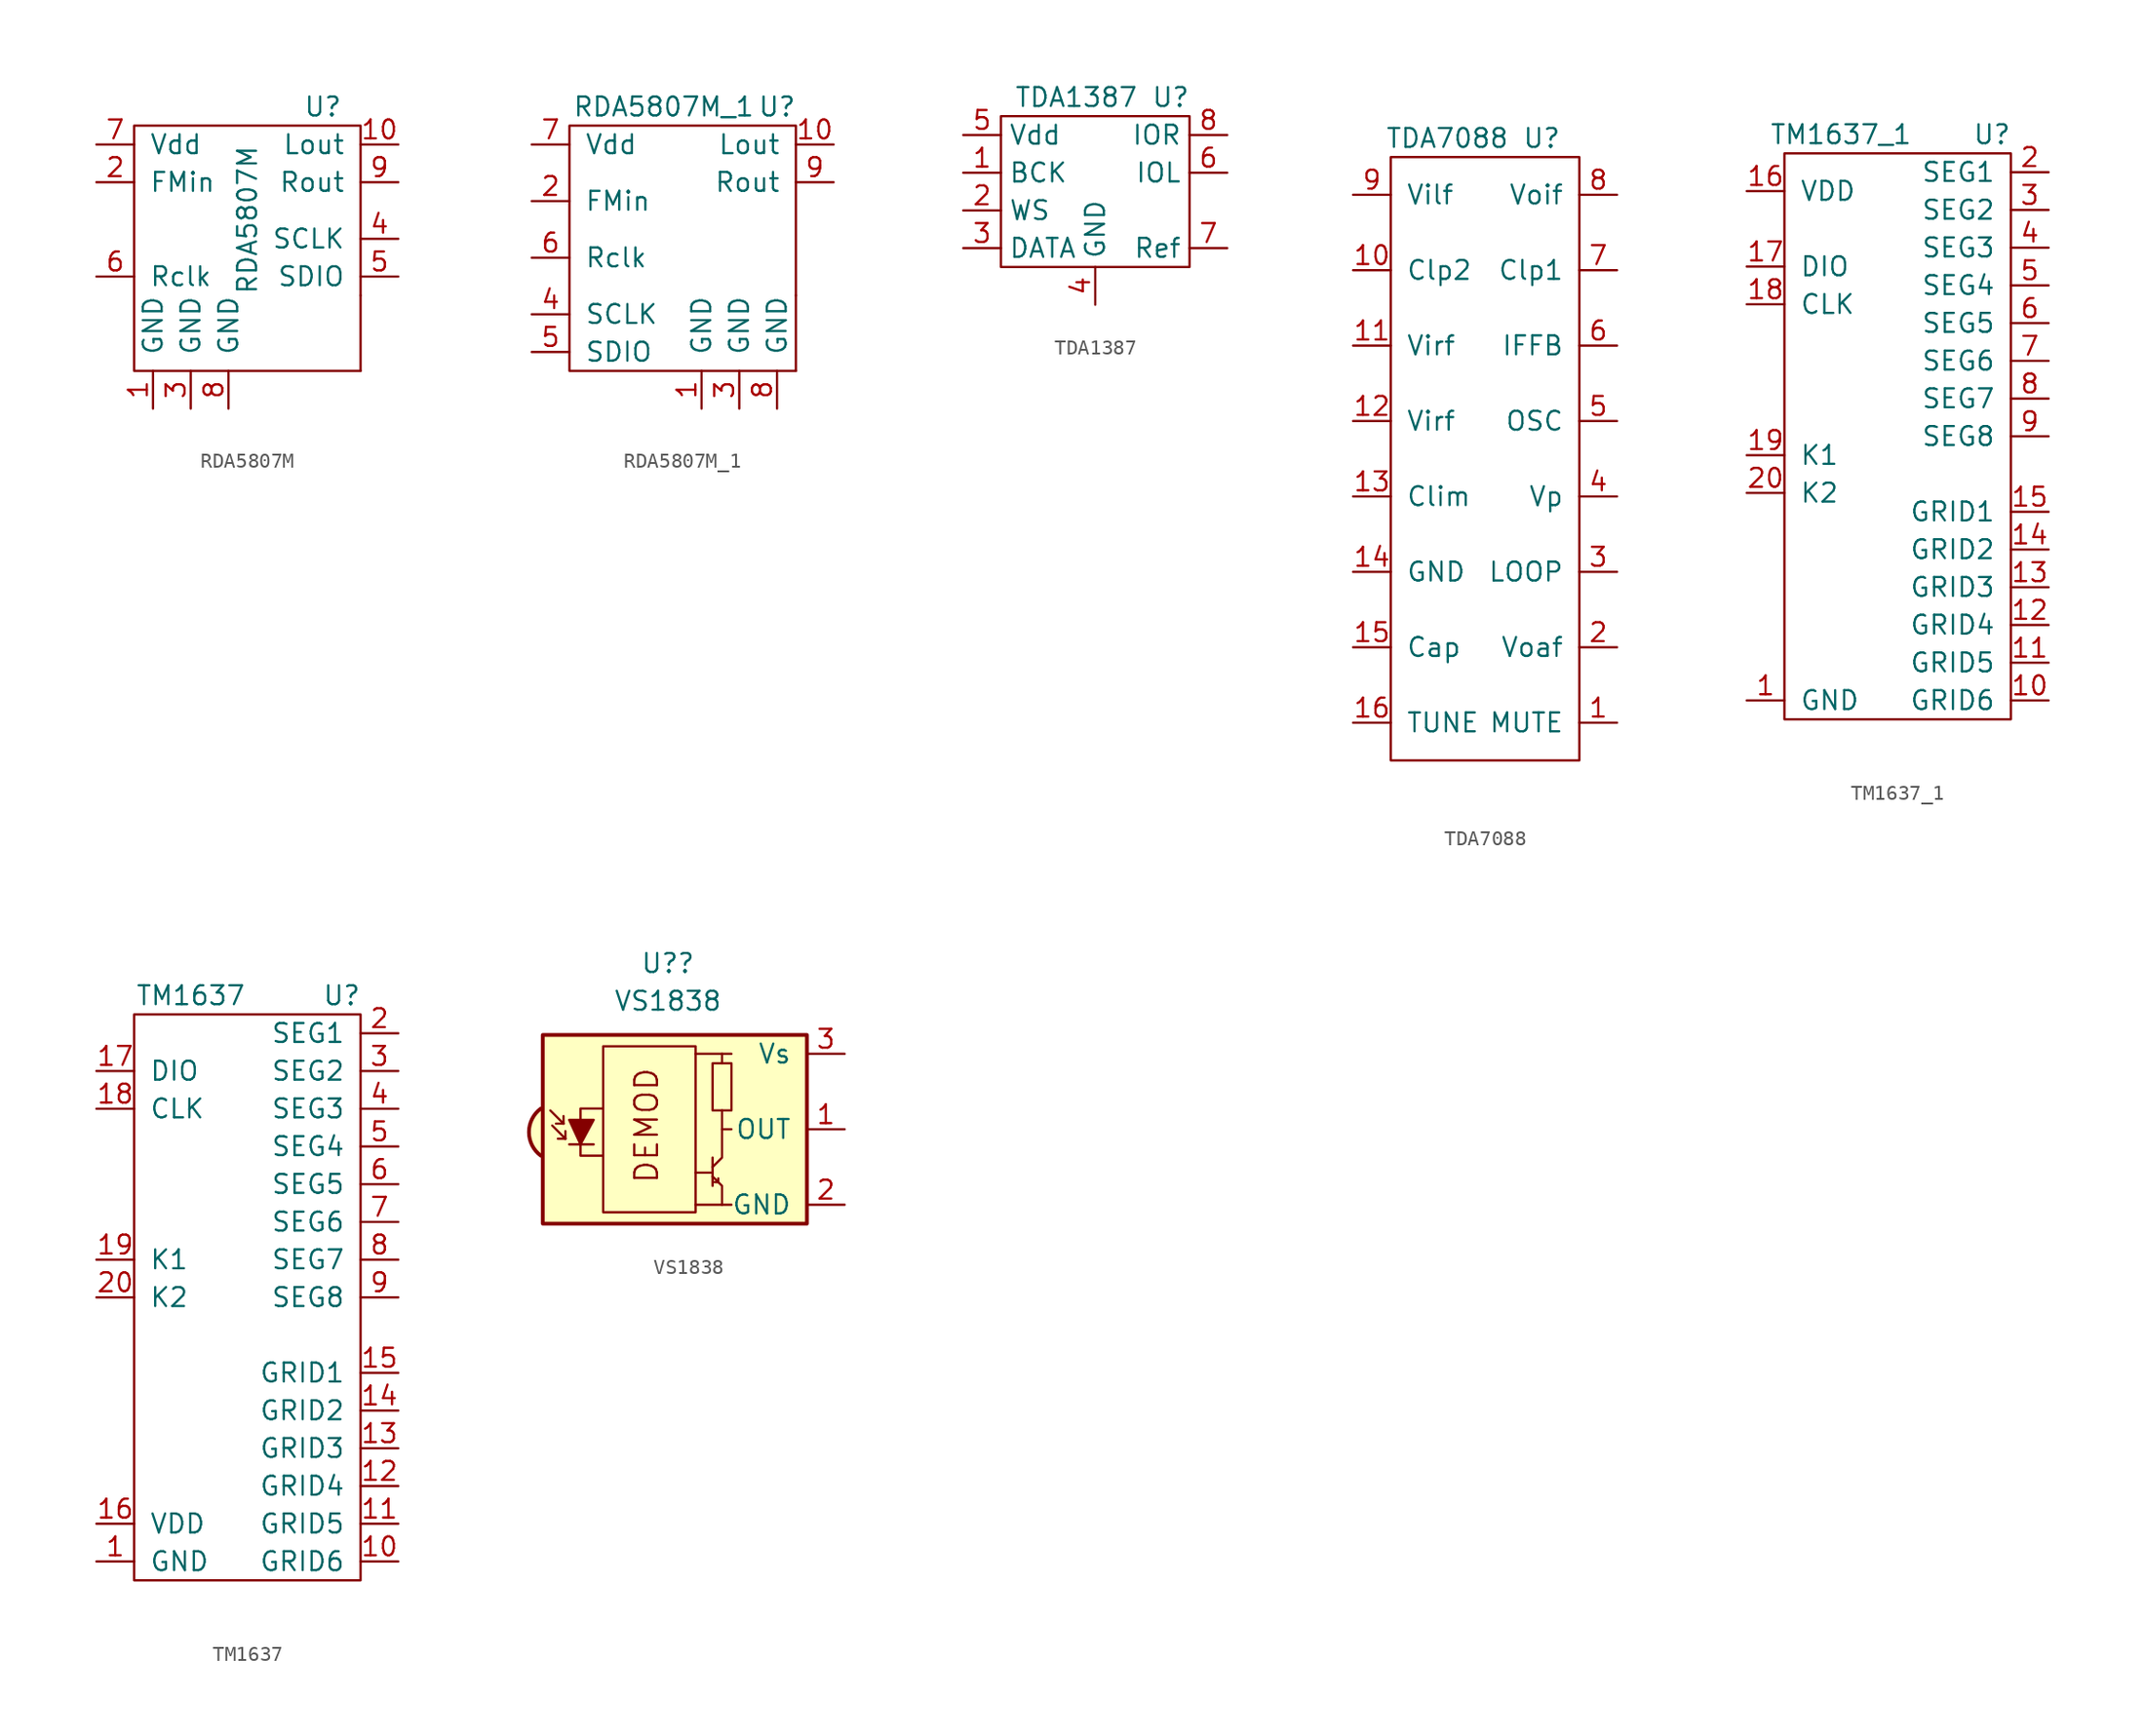
<source format=kicad_sym>
(kicad_symbol_lib
  (version 20211014)
  (generator kicad_symbol_editor)
  (symbol "RDA5807M"
    (pin_names
      (offset 1.016))
    (property "Reference" "U"
      (at 5.08 6.35 0)
      (effects (font (size 1.27 1.27))))
    (property "Value" "RDA5807M"
      (at 0 -1.27 90)
      (effects (font (size 1.27 1.27))))
    (symbol "RDA5807M_0_1"
      (rectangle (start -7.62 5.08) (end 7.62 -11.43) (stroke (width 0) (type default) (color 0 0 0 0)) (fill (type none)))
      (rectangle (start 7.62 -11.43) (end 7.62 -11.43) (stroke (width 0) (type default) (color 0 0 0 0)) (fill (type none)))
      (rectangle (start 7.62 -6.35) (end 7.62 -6.35) (stroke (width 0) (type default) (color 0 0 0 0)) (fill (type none))))
    (symbol "RDA5807M_1_1"
      (pin power_in line (at -6.35 -13.97 90) (length 2.54) (name "GND" (effects (font (size 1.27 1.27)))) (number "1" (effects (font (size 1.27 1.27)))))
      (pin input line (at 10.16 3.81 180) (length 2.54) (name "Lout" (effects (font (size 1.27 1.27)))) (number "10" (effects (font (size 1.27 1.27)))))
      (pin input line (at -10.16 1.27 0) (length 2.54) (name "FMin" (effects (font (size 1.27 1.27)))) (number "2" (effects (font (size 1.27 1.27)))))
      (pin power_in line (at -3.81 -13.97 90) (length 2.54) (name "GND" (effects (font (size 1.27 1.27)))) (number "3" (effects (font (size 1.27 1.27)))))
      (pin input line (at 10.16 -2.54 180) (length 2.54) (name "SCLK" (effects (font (size 1.27 1.27)))) (number "4" (effects (font (size 1.27 1.27)))))
      (pin input line (at 10.16 -5.08 180) (length 2.54) (name "SDIO" (effects (font (size 1.27 1.27)))) (number "5" (effects (font (size 1.27 1.27)))))
      (pin input line (at -10.16 -5.08 0) (length 2.54) (name "Rclk" (effects (font (size 1.27 1.27)))) (number "6" (effects (font (size 1.27 1.27)))))
      (pin power_in line (at -10.16 3.81 0) (length 2.54) (name "Vdd" (effects (font (size 1.27 1.27)))) (number "7" (effects (font (size 1.27 1.27)))))
      (pin power_in line (at -1.27 -13.97 90) (length 2.54) (name "GND" (effects (font (size 1.27 1.27)))) (number "8" (effects (font (size 1.27 1.27)))))
      (pin input line (at 10.16 1.27 180) (length 2.54) (name "Rout" (effects (font (size 1.27 1.27)))) (number "9" (effects (font (size 1.27 1.27)))))))
  (symbol "RDA5807M_1"
    (pin_names
      (offset 1.016))
    (property "Reference" "U"
      (at 6.35 6.35 0)
      (effects (font (size 1.27 1.27))))
    (property "Value" "RDA5807M_1"
      (at -1.27 6.35 0)
      (effects (font (size 1.27 1.27))))
    (symbol "RDA5807M_1_0_1"
      (rectangle (start -7.62 5.08) (end 7.62 -11.43) (stroke (width 0) (type default) (color 0 0 0 0)) (fill (type none)))
      (rectangle (start 7.62 -11.43) (end 7.62 -11.43) (stroke (width 0) (type default) (color 0 0 0 0)) (fill (type none)))
      (rectangle (start 7.62 -6.35) (end 7.62 -6.35) (stroke (width 0) (type default) (color 0 0 0 0)) (fill (type none))))
    (symbol "RDA5807M_1_1_1"
      (pin power_in line (at 1.27 -13.97 90) (length 2.54) (name "GND" (effects (font (size 1.27 1.27)))) (number "1" (effects (font (size 1.27 1.27)))))
      (pin input line (at 10.16 3.81 180) (length 2.54) (name "Lout" (effects (font (size 1.27 1.27)))) (number "10" (effects (font (size 1.27 1.27)))))
      (pin input line (at -10.16 0 0) (length 2.54) (name "FMin" (effects (font (size 1.27 1.27)))) (number "2" (effects (font (size 1.27 1.27)))))
      (pin power_in line (at 3.81 -13.97 90) (length 2.54) (name "GND" (effects (font (size 1.27 1.27)))) (number "3" (effects (font (size 1.27 1.27)))))
      (pin input line (at -10.16 -7.62 0) (length 2.54) (name "SCLK" (effects (font (size 1.27 1.27)))) (number "4" (effects (font (size 1.27 1.27)))))
      (pin input line (at -10.16 -10.16 0) (length 2.54) (name "SDIO" (effects (font (size 1.27 1.27)))) (number "5" (effects (font (size 1.27 1.27)))))
      (pin input line (at -10.16 -3.81 0) (length 2.54) (name "Rclk" (effects (font (size 1.27 1.27)))) (number "6" (effects (font (size 1.27 1.27)))))
      (pin power_in line (at -10.16 3.81 0) (length 2.54) (name "Vdd" (effects (font (size 1.27 1.27)))) (number "7" (effects (font (size 1.27 1.27)))))
      (pin power_in line (at 6.35 -13.97 90) (length 2.54) (name "GND" (effects (font (size 1.27 1.27)))) (number "8" (effects (font (size 1.27 1.27)))))
      (pin input line (at 10.16 1.27 180) (length 2.54) (name "Rout" (effects (font (size 1.27 1.27)))) (number "9" (effects (font (size 1.27 1.27)))))))
  (symbol "TDA1387"
    (property "Reference" "U"
      (at 5.08 8.89 0)
      (effects (font (size 1.27 1.27))))
    (property "Value" "TDA1387"
      (at -1.27 8.89 0)
      (effects (font (size 1.27 1.27))))
    (symbol "TDA1387_0_1"
      (rectangle (start -6.35 7.62) (end 6.35 -2.54) (stroke (width 0) (type default) (color 0 0 0 0)) (fill (type none))))
    (symbol "TDA1387_1_1"
      (pin input line (at -8.89 3.81 0) (length 2.54) (name "BCK" (effects (font (size 1.27 1.27)))) (number "1" (effects (font (size 1.27 1.27)))))
      (pin input line (at -8.89 1.27 0) (length 2.54) (name "WS" (effects (font (size 1.27 1.27)))) (number "2" (effects (font (size 1.27 1.27)))))
      (pin input line (at -8.89 -1.27 0) (length 2.54) (name "DATA" (effects (font (size 1.27 1.27)))) (number "3" (effects (font (size 1.27 1.27)))))
      (pin power_in line (at 0 -5.08 90) (length 2.54) (name "GND" (effects (font (size 1.27 1.27)))) (number "4" (effects (font (size 1.27 1.27)))))
      (pin power_in line (at -8.89 6.35 0) (length 2.54) (name "Vdd" (effects (font (size 1.27 1.27)))) (number "5" (effects (font (size 1.27 1.27)))))
      (pin output line (at 8.89 3.81 180) (length 2.54) (name "IOL" (effects (font (size 1.27 1.27)))) (number "6" (effects (font (size 1.27 1.27)))))
      (pin output line (at 8.89 -1.27 180) (length 2.54) (name "Ref" (effects (font (size 1.27 1.27)))) (number "7" (effects (font (size 1.27 1.27)))))
      (pin output line (at 8.89 6.35 180) (length 2.54) (name "IOR" (effects (font (size 1.27 1.27)))) (number "8" (effects (font (size 1.27 1.27)))))))
  (symbol "TDA7088"
    (pin_names
      (offset 1.016))
    (property "Reference" "U"
      (at 3.81 21.59 0)
      (effects (font (size 1.27 1.27))))
    (property "Value" "TDA7088"
      (at -2.54 21.59 0)
      (effects (font (size 1.27 1.27))))
    (symbol "TDA7088_0_1"
      (rectangle (start -6.35 20.32) (end 6.35 -20.32) (stroke (width 0) (type default) (color 0 0 0 0)) (fill (type none))))
    (symbol "TDA7088_1_1"
      (pin input line (at 8.89 -17.78 180) (length 2.54) (name "MUTE" (effects (font (size 1.27 1.27)))) (number "1" (effects (font (size 1.27 1.27)))))
      (pin bidirectional line (at -8.89 12.7 0) (length 2.54) (name "Clp2" (effects (font (size 1.27 1.27)))) (number "10" (effects (font (size 1.27 1.27)))))
      (pin input line (at -8.89 7.62 0) (length 2.54) (name "Virf" (effects (font (size 1.27 1.27)))) (number "11" (effects (font (size 1.27 1.27)))))
      (pin input line (at -8.89 2.54 0) (length 2.54) (name "Virf" (effects (font (size 1.27 1.27)))) (number "12" (effects (font (size 1.27 1.27)))))
      (pin bidirectional line (at -8.89 -2.54 0) (length 2.54) (name "Clim" (effects (font (size 1.27 1.27)))) (number "13" (effects (font (size 1.27 1.27)))))
      (pin power_in line (at -8.89 -7.62 0) (length 2.54) (name "GND" (effects (font (size 1.27 1.27)))) (number "14" (effects (font (size 1.27 1.27)))))
      (pin input line (at -8.89 -12.7 0) (length 2.54) (name "Cap" (effects (font (size 1.27 1.27)))) (number "15" (effects (font (size 1.27 1.27)))))
      (pin output line (at -8.89 -17.78 0) (length 2.54) (name "TUNE" (effects (font (size 1.27 1.27)))) (number "16" (effects (font (size 1.27 1.27)))))
      (pin output line (at 8.89 -12.7 180) (length 2.54) (name "Voaf" (effects (font (size 1.27 1.27)))) (number "2" (effects (font (size 1.27 1.27)))))
      (pin bidirectional line (at 8.89 -7.62 180) (length 2.54) (name "LOOP" (effects (font (size 1.27 1.27)))) (number "3" (effects (font (size 1.27 1.27)))))
      (pin power_in line (at 8.89 -2.54 180) (length 2.54) (name "Vp" (effects (font (size 1.27 1.27)))) (number "4" (effects (font (size 1.27 1.27)))))
      (pin bidirectional line (at 8.89 2.54 180) (length 2.54) (name "OSC" (effects (font (size 1.27 1.27)))) (number "5" (effects (font (size 1.27 1.27)))))
      (pin input line (at 8.89 7.62 180) (length 2.54) (name "IFFB" (effects (font (size 1.27 1.27)))) (number "6" (effects (font (size 1.27 1.27)))))
      (pin bidirectional line (at 8.89 12.7 180) (length 2.54) (name "Clp1" (effects (font (size 1.27 1.27)))) (number "7" (effects (font (size 1.27 1.27)))))
      (pin output line (at 8.89 17.78 180) (length 2.54) (name "Voif" (effects (font (size 1.27 1.27)))) (number "8" (effects (font (size 1.27 1.27)))))
      (pin input line (at -8.89 17.78 0) (length 2.54) (name "Vilf" (effects (font (size 1.27 1.27)))) (number "9" (effects (font (size 1.27 1.27)))))))
  (symbol "TM1637_1"
    (pin_names
      (offset 1.016))
    (property "Reference" "U"
      (at 6.35 22.86 0)
      (effects (font (size 1.27 1.27))))
    (property "Value" "TM1637_1"
      (at -3.81 22.86 0)
      (effects (font (size 1.27 1.27))))
    (symbol "TM1637_1_0_1"
      (rectangle (start -7.62 21.59) (end 7.62 -16.51) (stroke (width 0) (type default) (color 0 0 0 0)) (fill (type none))))
    (symbol "TM1637_1_1_1"
      (pin power_in line (at -10.16 -15.24 0) (length 2.54) (name "GND" (effects (font (size 1.27 1.27)))) (number "1" (effects (font (size 1.27 1.27)))))
      (pin output line (at 10.16 -15.24 180) (length 2.54) (name "GRID6" (effects (font (size 1.27 1.27)))) (number "10" (effects (font (size 1.27 1.27)))))
      (pin output line (at 10.16 -12.7 180) (length 2.54) (name "GRID5" (effects (font (size 1.27 1.27)))) (number "11" (effects (font (size 1.27 1.27)))))
      (pin output line (at 10.16 -10.16 180) (length 2.54) (name "GRID4" (effects (font (size 1.27 1.27)))) (number "12" (effects (font (size 1.27 1.27)))))
      (pin output line (at 10.16 -7.62 180) (length 2.54) (name "GRID3" (effects (font (size 1.27 1.27)))) (number "13" (effects (font (size 1.27 1.27)))))
      (pin output line (at 10.16 -5.08 180) (length 2.54) (name "GRID2" (effects (font (size 1.27 1.27)))) (number "14" (effects (font (size 1.27 1.27)))))
      (pin output line (at 10.16 -2.54 180) (length 2.54) (name "GRID1" (effects (font (size 1.27 1.27)))) (number "15" (effects (font (size 1.27 1.27)))))
      (pin power_in line (at -10.16 19.05 0) (length 2.54) (name "VDD" (effects (font (size 1.27 1.27)))) (number "16" (effects (font (size 1.27 1.27)))))
      (pin bidirectional line (at -10.16 13.97 0) (length 2.54) (name "DIO" (effects (font (size 1.27 1.27)))) (number "17" (effects (font (size 1.27 1.27)))))
      (pin input line (at -10.16 11.43 0) (length 2.54) (name "CLK" (effects (font (size 1.27 1.27)))) (number "18" (effects (font (size 1.27 1.27)))))
      (pin input line (at -10.16 1.27 0) (length 2.54) (name "K1" (effects (font (size 1.27 1.27)))) (number "19" (effects (font (size 1.27 1.27)))))
      (pin output line (at 10.16 20.32 180) (length 2.54) (name "SEG1" (effects (font (size 1.27 1.27)))) (number "2" (effects (font (size 1.27 1.27)))))
      (pin input line (at -10.16 -1.27 0) (length 2.54) (name "K2" (effects (font (size 1.27 1.27)))) (number "20" (effects (font (size 1.27 1.27)))))
      (pin output line (at 10.16 17.78 180) (length 2.54) (name "SEG2" (effects (font (size 1.27 1.27)))) (number "3" (effects (font (size 1.27 1.27)))))
      (pin output line (at 10.16 15.24 180) (length 2.54) (name "SEG3" (effects (font (size 1.27 1.27)))) (number "4" (effects (font (size 1.27 1.27)))))
      (pin output line (at 10.16 12.7 180) (length 2.54) (name "SEG4" (effects (font (size 1.27 1.27)))) (number "5" (effects (font (size 1.27 1.27)))))
      (pin output line (at 10.16 10.16 180) (length 2.54) (name "SEG5" (effects (font (size 1.27 1.27)))) (number "6" (effects (font (size 1.27 1.27)))))
      (pin output line (at 10.16 7.62 180) (length 2.54) (name "SEG6" (effects (font (size 1.27 1.27)))) (number "7" (effects (font (size 1.27 1.27)))))
      (pin output line (at 10.16 5.08 180) (length 2.54) (name "SEG7" (effects (font (size 1.27 1.27)))) (number "8" (effects (font (size 1.27 1.27)))))
      (pin output line (at 10.16 2.54 180) (length 2.54) (name "SEG8" (effects (font (size 1.27 1.27)))) (number "9" (effects (font (size 1.27 1.27)))))))
  (symbol "TM1637"
    (pin_names
      (offset 1.016))
    (property "Reference" "U"
      (at 6.35 22.86 0)
      (effects (font (size 1.27 1.27))))
    (property "Value" "TM1637"
      (at -3.81 22.86 0)
      (effects (font (size 1.27 1.27))))
    (symbol "TM1637_0_1"
      (rectangle (start -7.62 21.59) (end 7.62 -16.51) (stroke (width 0) (type default) (color 0 0 0 0)) (fill (type none))))
    (symbol "TM1637_1_1"
      (pin power_in line (at -10.16 -15.24 0) (length 2.54) (name "GND" (effects (font (size 1.27 1.27)))) (number "1" (effects (font (size 1.27 1.27)))))
      (pin output line (at 10.16 -15.24 180) (length 2.54) (name "GRID6" (effects (font (size 1.27 1.27)))) (number "10" (effects (font (size 1.27 1.27)))))
      (pin output line (at 10.16 -12.7 180) (length 2.54) (name "GRID5" (effects (font (size 1.27 1.27)))) (number "11" (effects (font (size 1.27 1.27)))))
      (pin output line (at 10.16 -10.16 180) (length 2.54) (name "GRID4" (effects (font (size 1.27 1.27)))) (number "12" (effects (font (size 1.27 1.27)))))
      (pin output line (at 10.16 -7.62 180) (length 2.54) (name "GRID3" (effects (font (size 1.27 1.27)))) (number "13" (effects (font (size 1.27 1.27)))))
      (pin output line (at 10.16 -5.08 180) (length 2.54) (name "GRID2" (effects (font (size 1.27 1.27)))) (number "14" (effects (font (size 1.27 1.27)))))
      (pin output line (at 10.16 -2.54 180) (length 2.54) (name "GRID1" (effects (font (size 1.27 1.27)))) (number "15" (effects (font (size 1.27 1.27)))))
      (pin power_in line (at -10.16 -12.7 0) (length 2.54) (name "VDD" (effects (font (size 1.27 1.27)))) (number "16" (effects (font (size 1.27 1.27)))))
      (pin bidirectional line (at -10.16 17.78 0) (length 2.54) (name "DIO" (effects (font (size 1.27 1.27)))) (number "17" (effects (font (size 1.27 1.27)))))
      (pin input line (at -10.16 15.24 0) (length 2.54) (name "CLK" (effects (font (size 1.27 1.27)))) (number "18" (effects (font (size 1.27 1.27)))))
      (pin input line (at -10.16 5.08 0) (length 2.54) (name "K1" (effects (font (size 1.27 1.27)))) (number "19" (effects (font (size 1.27 1.27)))))
      (pin output line (at 10.16 20.32 180) (length 2.54) (name "SEG1" (effects (font (size 1.27 1.27)))) (number "2" (effects (font (size 1.27 1.27)))))
      (pin input line (at -10.16 2.54 0) (length 2.54) (name "K2" (effects (font (size 1.27 1.27)))) (number "20" (effects (font (size 1.27 1.27)))))
      (pin output line (at 10.16 17.78 180) (length 2.54) (name "SEG2" (effects (font (size 1.27 1.27)))) (number "3" (effects (font (size 1.27 1.27)))))
      (pin output line (at 10.16 15.24 180) (length 2.54) (name "SEG3" (effects (font (size 1.27 1.27)))) (number "4" (effects (font (size 1.27 1.27)))))
      (pin output line (at 10.16 12.7 180) (length 2.54) (name "SEG4" (effects (font (size 1.27 1.27)))) (number "5" (effects (font (size 1.27 1.27)))))
      (pin output line (at 10.16 10.16 180) (length 2.54) (name "SEG5" (effects (font (size 1.27 1.27)))) (number "6" (effects (font (size 1.27 1.27)))))
      (pin output line (at 10.16 7.62 180) (length 2.54) (name "SEG6" (effects (font (size 1.27 1.27)))) (number "7" (effects (font (size 1.27 1.27)))))
      (pin output line (at 10.16 5.08 180) (length 2.54) (name "SEG7" (effects (font (size 1.27 1.27)))) (number "8" (effects (font (size 1.27 1.27)))))
      (pin output line (at 10.16 2.54 180) (length 2.54) (name "SEG8" (effects (font (size 1.27 1.27)))) (number "9" (effects (font (size 1.27 1.27)))))))
  (symbol "VS1838"
    (pin_names
      (offset 1.016))
    (property "Reference" "U?"
      (at -1.735 11.176 0)
      (effects (font (size 1.27 1.27))))
    (property "Value" "VS1838"
      (at -1.735 8.636 0)
      (effects (font (size 1.27 1.27))))
    (symbol "VS1838_0_0"
      (arc (start -10.287 1.397) (mid -11.0899 -0.1852) (end -10.287 -1.778) (stroke (width 0.254) (type default) (color 0 0 0 0)) (fill (type background)))
      (polyline (pts (xy 1.905 -5.08) (xy 0.127 -5.08)) (stroke (width 0) (type default) (color 0 0 0 0)) (fill (type none)))
      (polyline (pts (xy 1.905 5.08) (xy 0.127 5.08)) (stroke (width 0) (type default) (color 0 0 0 0)) (fill (type none)))
      (text "DEMOD" (at -3.175 0.254 900) (effects (font (size 1.524 1.524)))))
    (symbol "VS1838_0_1"
      (rectangle (start -6.096 5.588) (end 0.127 -5.588) (stroke (width 0) (type default) (color 0 0 0 0)) (fill (type none)))
      (polyline (pts (xy -8.763 0.381) (xy -9.652 1.27)) (stroke (width 0) (type default) (color 0 0 0 0)) (fill (type none)))
      (polyline (pts (xy -8.763 0.381) (xy -9.271 0.381)) (stroke (width 0) (type default) (color 0 0 0 0)) (fill (type none)))
      (polyline (pts (xy -8.763 0.381) (xy -8.763 0.889)) (stroke (width 0) (type default) (color 0 0 0 0)) (fill (type none)))
      (polyline (pts (xy -8.636 -0.635) (xy -9.525 0.254)) (stroke (width 0) (type default) (color 0 0 0 0)) (fill (type none)))
      (polyline (pts (xy -8.636 -0.635) (xy -9.144 -0.635)) (stroke (width 0) (type default) (color 0 0 0 0)) (fill (type none)))
      (polyline (pts (xy -8.636 -0.635) (xy -8.636 -0.127)) (stroke (width 0) (type default) (color 0 0 0 0)) (fill (type none)))
      (polyline (pts (xy -8.382 -1.016) (xy -6.731 -1.016)) (stroke (width 0) (type default) (color 0 0 0 0)) (fill (type none)))
      (polyline (pts (xy 1.27 -2.921) (xy 0.127 -2.921)) (stroke (width 0) (type default) (color 0 0 0 0)) (fill (type none)))
      (polyline (pts (xy 1.27 -1.905) (xy 1.27 -3.81)) (stroke (width 0) (type default) (color 0 0 0 0)) (fill (type none)))
      (polyline (pts (xy 1.397 -3.556) (xy 1.524 -3.556)) (stroke (width 0) (type default) (color 0 0 0 0)) (fill (type none)))
      (polyline (pts (xy 1.651 -3.556) (xy 1.524 -3.556)) (stroke (width 0) (type default) (color 0 0 0 0)) (fill (type none)))
      (polyline (pts (xy 1.651 -3.556) (xy 1.651 -3.302)) (stroke (width 0) (type default) (color 0 0 0 0)) (fill (type none)))
      (polyline (pts (xy 1.905 0) (xy 1.905 1.27)) (stroke (width 0) (type default) (color 0 0 0 0)) (fill (type none)))
      (polyline (pts (xy 1.905 4.445) (xy 1.905 5.08) (xy 2.54 5.08)) (stroke (width 0) (type default) (color 0 0 0 0)) (fill (type none)))
      (polyline (pts (xy -8.382 0.635) (xy -6.731 0.635) (xy -7.62 -1.016) (xy -8.382 0.635)) (stroke (width 0) (type default) (color 0 0 0 0)) (fill (type outline)))
      (polyline (pts (xy -6.096 1.397) (xy -7.62 1.397) (xy -7.62 -1.778) (xy -6.096 -1.778)) (stroke (width 0) (type default) (color 0 0 0 0)) (fill (type none)))
      (polyline (pts (xy 1.27 -3.175) (xy 1.905 -3.81) (xy 1.905 -5.08) (xy 2.54 -5.08)) (stroke (width 0) (type default) (color 0 0 0 0)) (fill (type none)))
      (polyline (pts (xy 1.27 -2.54) (xy 1.905 -1.905) (xy 1.905 0) (xy 2.54 0)) (stroke (width 0) (type default) (color 0 0 0 0)) (fill (type none)))
      (rectangle (start 2.54 1.27) (end 1.27 4.445) (stroke (width 0) (type default) (color 0 0 0 0)) (fill (type none)))
      (rectangle (start 7.62 6.35) (end -10.16 -6.35) (stroke (width 0.254) (type default) (color 0 0 0 0)) (fill (type background))))
    (symbol "VS1838_1_1"
      (pin output line (at 10.16 0 180) (length 2.54) (name "OUT" (effects (font (size 1.27 1.27)))) (number "1" (effects (font (size 1.27 1.27)))))
      (pin power_in line (at 10.16 -5.08 180) (length 2.54) (name "GND" (effects (font (size 1.27 1.27)))) (number "2" (effects (font (size 1.27 1.27)))))
      (pin power_in line (at 10.16 5.08 180) (length 2.54) (name "Vs" (effects (font (size 1.27 1.27)))) (number "3" (effects (font (size 1.27 1.27))))))))
</source>
